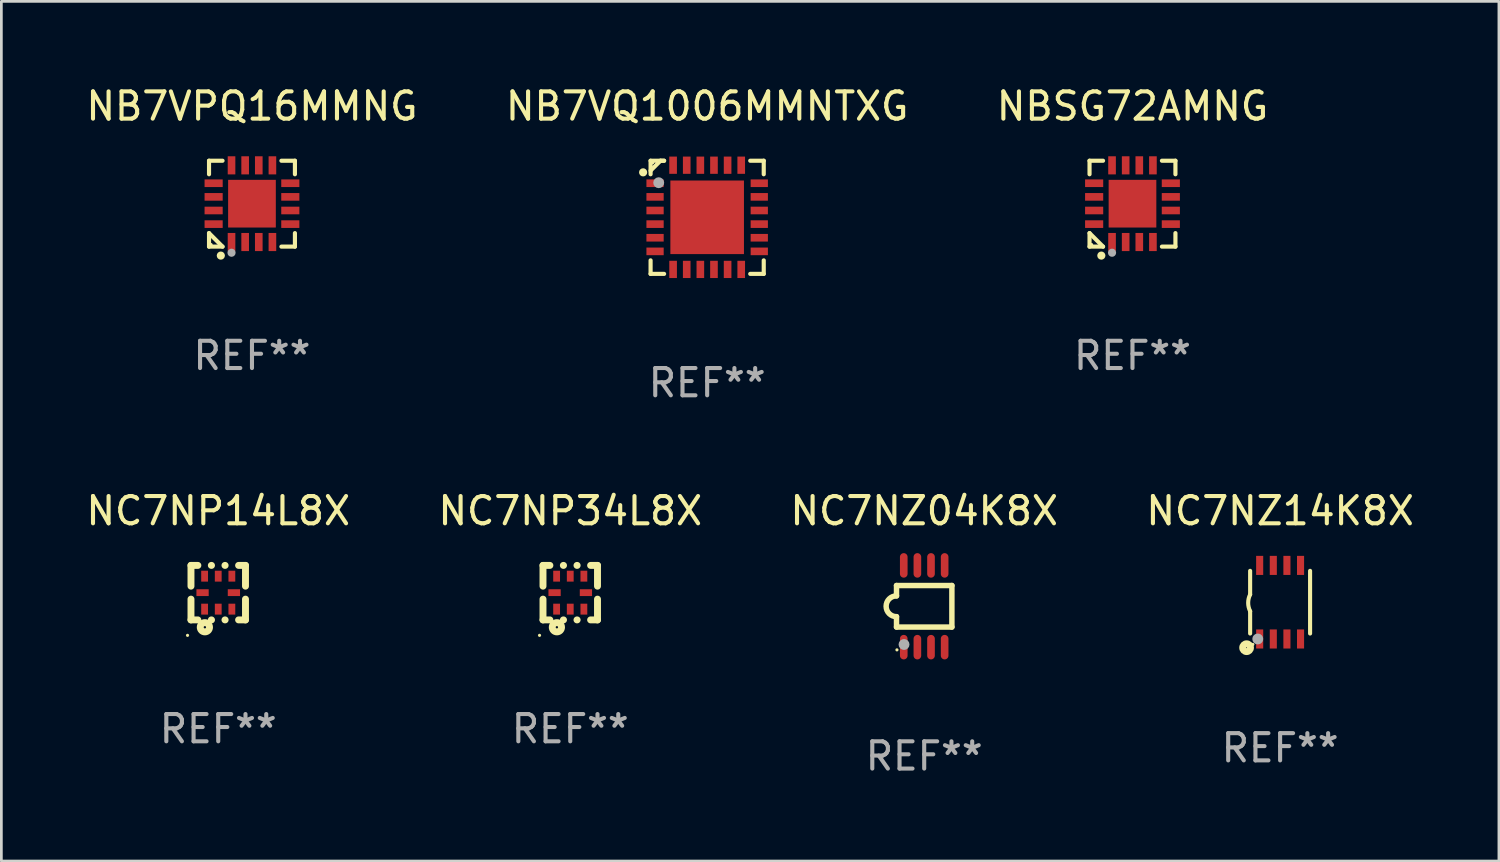
<source format=kicad_pcb>
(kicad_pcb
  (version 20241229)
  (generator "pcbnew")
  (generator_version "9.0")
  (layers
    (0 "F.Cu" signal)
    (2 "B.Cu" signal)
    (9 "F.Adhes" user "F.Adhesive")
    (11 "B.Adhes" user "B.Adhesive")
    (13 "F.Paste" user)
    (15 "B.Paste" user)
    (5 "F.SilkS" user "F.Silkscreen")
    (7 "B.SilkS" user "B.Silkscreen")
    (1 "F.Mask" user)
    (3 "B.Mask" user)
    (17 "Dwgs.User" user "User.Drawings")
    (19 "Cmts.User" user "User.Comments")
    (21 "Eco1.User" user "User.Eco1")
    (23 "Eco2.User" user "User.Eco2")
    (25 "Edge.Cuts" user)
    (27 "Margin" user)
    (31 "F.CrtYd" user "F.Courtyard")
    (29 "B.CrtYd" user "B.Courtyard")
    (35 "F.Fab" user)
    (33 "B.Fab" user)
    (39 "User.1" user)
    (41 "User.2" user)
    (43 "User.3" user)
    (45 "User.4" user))
  (footprint "NC7NP34L8X"
    (layer "F.Cu")
    (at 17.875 18.697)
    (property "Reference" "NC7NP34L8X" (at 0 -3 0) (layer "F.SilkS") (effects (font (size 1 1) (thickness 0.15))))
    (attr through_hole)
    (fp_line (start -1 -1) (end -0.747 -1) (stroke (width 0.254) (type solid)) (layer "F.SilkS"))
    (fp_line (start -1 -0.238) (end -1 -1) (stroke (width 0.254) (type solid)) (layer "F.SilkS"))
    (fp_line (start -1 1) (end -1 0.238) (stroke (width 0.254) (type solid)) (layer "F.SilkS"))
    (fp_line (start -0.747 1) (end -1 1) (stroke (width 0.254) (type solid)) (layer "F.SilkS"))
    (fp_line (start -0.253 -1) (end -0.247 -1) (stroke (width 0.254) (type solid)) (layer "F.SilkS"))
    (fp_line (start -0.247 1) (end -0.253 1) (stroke (width 0.254) (type solid)) (layer "F.SilkS"))
    (fp_line (start 0.247 -1) (end 0.253 -1) (stroke (width 0.254) (type solid)) (layer "F.SilkS"))
    (fp_line (start 0.253 1) (end 0.247 1) (stroke (width 0.254) (type solid)) (layer "F.SilkS"))
    (fp_line (start 0.747 -1) (end 1 -1) (stroke (width 0.254) (type solid)) (layer "F.SilkS"))
    (fp_line (start 1 -1) (end 1 -0.238) (stroke (width 0.254) (type solid)) (layer "F.SilkS"))
    (fp_line (start 1 0.238) (end 1 1) (stroke (width 0.254) (type solid)) (layer "F.SilkS"))
    (fp_line (start 1 1) (end 0.747 1) (stroke (width 0.254) (type solid)) (layer "F.SilkS"))
    (fp_circle (center -1.127 1.567) (end -1.097 1.567) (stroke (width 0.06) (type solid)) (fill no) (layer "F.SilkS"))
    (fp_circle (center -0.49 1.27) (end -0.32 1.27) (stroke (width 0.254) (type solid)) (fill no) (layer "F.SilkS"))
    (fp_text user "REF**" (at 0 5 0) (layer "F.Fab") (effects (font (size 1 1) (thickness 0.15))))
    (pad "1" smd rect (at -0.5 0.605 90) (size 0.4 0.25) (layers "F.Cu" "F.Mask" "F.Paste"))
    (pad "2" smd rect (at 0 0.605 90) (size 0.4 0.25) (layers "F.Cu" "F.Mask" "F.Paste"))
    (pad "3" smd rect (at 0.5 0.605 90) (size 0.4 0.25) (layers "F.Cu" "F.Mask" "F.Paste"))
    (pad "4" smd rect (at 0.575 0 180) (size 0.45 0.25) (layers "F.Cu" "F.Mask" "F.Paste"))
    (pad "5" smd rect (at 0.5 -0.605 270) (size 0.4 0.25) (layers "F.Cu" "F.Mask" "F.Paste"))
    (pad "6" smd rect (at 0 -0.605 270) (size 0.4 0.25) (layers "F.Cu" "F.Mask" "F.Paste"))
    (pad "7" smd rect (at -0.5 -0.605 270) (size 0.4 0.25) (layers "F.Cu" "F.Mask" "F.Paste"))
    (pad "8" smd rect (at -0.575 0) (size 0.45 0.25) (layers "F.Cu" "F.Mask" "F.Paste")))
  (footprint "NC7NP14L8X"
    (layer "F.Cu")
    (at 4.958 18.697)
    (property "Reference" "NC7NP14L8X" (at 0 -3 0) (layer "F.SilkS") (effects (font (size 1 1) (thickness 0.15))))
    (attr through_hole)
    (fp_line (start -1 -1) (end -0.747 -1) (stroke (width 0.254) (type solid)) (layer "F.SilkS"))
    (fp_line (start -1 -0.238) (end -1 -1) (stroke (width 0.254) (type solid)) (layer "F.SilkS"))
    (fp_line (start -1 1) (end -1 0.238) (stroke (width 0.254) (type solid)) (layer "F.SilkS"))
    (fp_line (start -0.747 1) (end -1 1) (stroke (width 0.254) (type solid)) (layer "F.SilkS"))
    (fp_line (start -0.253 -1) (end -0.247 -1) (stroke (width 0.254) (type solid)) (layer "F.SilkS"))
    (fp_line (start -0.247 1) (end -0.253 1) (stroke (width 0.254) (type solid)) (layer "F.SilkS"))
    (fp_line (start 0.247 -1) (end 0.253 -1) (stroke (width 0.254) (type solid)) (layer "F.SilkS"))
    (fp_line (start 0.253 1) (end 0.247 1) (stroke (width 0.254) (type solid)) (layer "F.SilkS"))
    (fp_line (start 0.747 -1) (end 1 -1) (stroke (width 0.254) (type solid)) (layer "F.SilkS"))
    (fp_line (start 1 -1) (end 1 -0.238) (stroke (width 0.254) (type solid)) (layer "F.SilkS"))
    (fp_line (start 1 0.238) (end 1 1) (stroke (width 0.254) (type solid)) (layer "F.SilkS"))
    (fp_line (start 1 1) (end 0.747 1) (stroke (width 0.254) (type solid)) (layer "F.SilkS"))
    (fp_circle (center -1.127 1.567) (end -1.097 1.567) (stroke (width 0.06) (type solid)) (fill no) (layer "F.SilkS"))
    (fp_circle (center -0.49 1.27) (end -0.32 1.27) (stroke (width 0.254) (type solid)) (fill no) (layer "F.SilkS"))
    (fp_text user "REF**" (at 0 5 0) (layer "F.Fab") (effects (font (size 1 1) (thickness 0.15))))
    (pad "1" smd rect (at -0.5 0.605 90) (size 0.4 0.25) (layers "F.Cu" "F.Mask" "F.Paste"))
    (pad "2" smd rect (at 0 0.605 90) (size 0.4 0.25) (layers "F.Cu" "F.Mask" "F.Paste"))
    (pad "3" smd rect (at 0.5 0.605 90) (size 0.4 0.25) (layers "F.Cu" "F.Mask" "F.Paste"))
    (pad "4" smd rect (at 0.575 0 180) (size 0.45 0.25) (layers "F.Cu" "F.Mask" "F.Paste"))
    (pad "5" smd rect (at 0.5 -0.605 270) (size 0.4 0.25) (layers "F.Cu" "F.Mask" "F.Paste"))
    (pad "6" smd rect (at 0 -0.605 270) (size 0.4 0.25) (layers "F.Cu" "F.Mask" "F.Paste"))
    (pad "7" smd rect (at -0.5 -0.605 270) (size 0.4 0.25) (layers "F.Cu" "F.Mask" "F.Paste"))
    (pad "8" smd rect (at -0.575 0) (size 0.45 0.25) (layers "F.Cu" "F.Mask" "F.Paste")))
  (footprint "NBSG72AMNG"
    (layer "F.Cu")
    (at 38.506 4.424)
    (property "Reference" "NBSG72AMNG" (at 0 -3.576 0) (layer "F.SilkS") (effects (font (size 1 1) (thickness 0.15))))
    (attr through_hole)
    (fp_line (start -1.576 -1.576) (end -1.08 -1.576) (stroke (width 0.152) (type solid)) (layer "F.SilkS"))
    (fp_line (start -1.576 -1.08) (end -1.576 -1.576) (stroke (width 0.152) (type solid)) (layer "F.SilkS"))
    (fp_line (start -1.576 1.08) (end -1.576 1.576) (stroke (width 0.152) (type solid)) (layer "F.SilkS"))
    (fp_line (start -1.576 1.576) (end -1.08 1.576) (stroke (width 0.152) (type solid)) (layer "F.SilkS"))
    (fp_line (start -1.08 1.576) (end -1.576 1.08) (stroke (width 0.152) (type solid)) (layer "F.SilkS"))
    (fp_line (start 1.576 -1.576) (end 1.08 -1.576) (stroke (width 0.152) (type solid)) (layer "F.SilkS"))
    (fp_line (start 1.576 -1.08) (end 1.576 -1.576) (stroke (width 0.152) (type solid)) (layer "F.SilkS"))
    (fp_line (start 1.576 1.08) (end 1.576 1.576) (stroke (width 0.152) (type solid)) (layer "F.SilkS"))
    (fp_line (start 1.576 1.576) (end 1.08 1.576) (stroke (width 0.152) (type solid)) (layer "F.SilkS"))
    (fp_circle (center -1.5 1.5) (end -1.47 1.5) (stroke (width 0.06) (type solid)) (fill no) (layer "F.SilkS"))
    (fp_circle (center -1.143 1.905) (end -1.068 1.905) (stroke (width 0.15) (type solid)) (fill no) (layer "F.SilkS"))
    (fp_circle (center -0.75 1.8) (end -0.675 1.8) (stroke (width 0.15) (type solid)) (fill no) (layer "F.Fab"))
    (fp_text user "REF**" (at 0 5.576 0) (layer "F.Fab") (effects (font (size 1 1) (thickness 0.15))))
    (pad "1" smd rect (at -0.75 1.407) (size 0.28 0.665) (layers "F.Cu" "F.Mask" "F.Paste"))
    (pad "2" smd rect (at -0.25 1.407) (size 0.28 0.665) (layers "F.Cu" "F.Mask" "F.Paste"))
    (pad "3" smd rect (at 0.25 1.407) (size 0.28 0.665) (layers "F.Cu" "F.Mask" "F.Paste"))
    (pad "4" smd rect (at 0.75 1.407) (size 0.28 0.665) (layers "F.Cu" "F.Mask" "F.Paste"))
    (pad "5" smd rect (at 1.407 0.75) (size 0.665 0.28) (layers "F.Cu" "F.Mask" "F.Paste"))
    (pad "6" smd rect (at 1.407 0.25) (size 0.665 0.28) (layers "F.Cu" "F.Mask" "F.Paste"))
    (pad "7" smd rect (at 1.407 -0.25) (size 0.665 0.28) (layers "F.Cu" "F.Mask" "F.Paste"))
    (pad "8" smd rect (at 1.407 -0.75) (size 0.665 0.28) (layers "F.Cu" "F.Mask" "F.Paste"))
    (pad "9" smd rect (at 0.75 -1.407) (size 0.28 0.665) (layers "F.Cu" "F.Mask" "F.Paste"))
    (pad "10" smd rect (at 0.25 -1.407) (size 0.28 0.665) (layers "F.Cu" "F.Mask" "F.Paste"))
    (pad "11" smd rect (at -0.25 -1.407) (size 0.28 0.665) (layers "F.Cu" "F.Mask" "F.Paste"))
    (pad "12" smd rect (at -0.75 -1.407) (size 0.28 0.665) (layers "F.Cu" "F.Mask" "F.Paste"))
    (pad "13" smd rect (at -1.407 -0.75) (size 0.665 0.28) (layers "F.Cu" "F.Mask" "F.Paste"))
    (pad "14" smd rect (at -1.407 -0.25) (size 0.665 0.28) (layers "F.Cu" "F.Mask" "F.Paste"))
    (pad "15" smd rect (at -1.407 0.25) (size 0.665 0.28) (layers "F.Cu" "F.Mask" "F.Paste"))
    (pad "16" smd rect (at -1.407 0.75) (size 0.665 0.28) (layers "F.Cu" "F.Mask" "F.Paste"))
    (pad "17" smd rect (at 0 0) (size 1.75 1.75) (layers "F.Cu" "F.Mask" "F.Paste")))
  (footprint "NB7VQ1006MMNTXG"
    (layer "F.Cu")
    (at 22.899 4.924)
    (property "Reference" "NB7VQ1006MMNTXG" (at 0 -4.076 0) (layer "F.SilkS") (effects (font (size 1 1) (thickness 0.15))))
    (attr through_hole)
    (fp_line (start -2.076 -2.076) (end -2.076 -1.58) (stroke (width 0.152) (type solid)) (layer "F.SilkS"))
    (fp_line (start -2.076 2.076) (end -2.076 1.58) (stroke (width 0.152) (type solid)) (layer "F.SilkS"))
    (fp_line (start -1.713 -2.076) (end -2.076 -1.713) (stroke (width 0.152) (type solid)) (layer "F.SilkS"))
    (fp_line (start -1.58 -2.076) (end -2.076 -2.076) (stroke (width 0.152) (type solid)) (layer "F.SilkS"))
    (fp_line (start -1.58 -2.076) (end -1.713 -2.076) (stroke (width 0.152) (type solid)) (layer "F.SilkS"))
    (fp_line (start -1.58 2.076) (end -2.076 2.076) (stroke (width 0.152) (type solid)) (layer "F.SilkS"))
    (fp_line (start 1.58 -2.076) (end 2.076 -2.076) (stroke (width 0.152) (type solid)) (layer "F.SilkS"))
    (fp_line (start 1.58 2.076) (end 2.076 2.076) (stroke (width 0.152) (type solid)) (layer "F.SilkS"))
    (fp_line (start 2.076 -2.076) (end 2.076 -1.58) (stroke (width 0.152) (type solid)) (layer "F.SilkS"))
    (fp_line (start 2.076 2.076) (end 2.076 1.58) (stroke (width 0.152) (type solid)) (layer "F.SilkS"))
    (fp_circle (center -2.35 -1.65) (end -2.275 -1.65) (stroke (width 0.15) (type solid)) (fill no) (layer "F.SilkS"))
    (fp_circle (center -2 -2) (end -1.97 -2) (stroke (width 0.06) (type solid)) (fill no) (layer "F.SilkS"))
    (fp_circle (center -1.778 -1.27) (end -1.678 -1.27) (stroke (width 0.2) (type solid)) (fill no) (layer "F.Fab"))
    (fp_text user "REF**" (at 0 6.076 0) (layer "F.Fab") (effects (font (size 1 1) (thickness 0.15))))
    (pad "1" smd rect (at -1.912 -1.25) (size 0.633 0.28) (layers "F.Cu" "F.Mask" "F.Paste"))
    (pad "2" smd rect (at -1.912 -0.75) (size 0.633 0.28) (layers "F.Cu" "F.Mask" "F.Paste"))
    (pad "3" smd rect (at -1.912 -0.25) (size 0.633 0.28) (layers "F.Cu" "F.Mask" "F.Paste"))
    (pad "4" smd rect (at -1.912 0.25) (size 0.633 0.28) (layers "F.Cu" "F.Mask" "F.Paste"))
    (pad "5" smd rect (at -1.912 0.75) (size 0.633 0.28) (layers "F.Cu" "F.Mask" "F.Paste"))
    (pad "6" smd rect (at -1.912 1.25) (size 0.633 0.28) (layers "F.Cu" "F.Mask" "F.Paste"))
    (pad "7" smd rect (at -1.25 1.912) (size 0.28 0.633) (layers "F.Cu" "F.Mask" "F.Paste"))
    (pad "8" smd rect (at -0.75 1.912) (size 0.28 0.633) (layers "F.Cu" "F.Mask" "F.Paste"))
    (pad "9" smd rect (at -0.25 1.912) (size 0.28 0.633) (layers "F.Cu" "F.Mask" "F.Paste"))
    (pad "10" smd rect (at 0.25 1.912) (size 0.28 0.633) (layers "F.Cu" "F.Mask" "F.Paste"))
    (pad "11" smd rect (at 0.75 1.912) (size 0.28 0.633) (layers "F.Cu" "F.Mask" "F.Paste"))
    (pad "12" smd rect (at 1.25 1.912) (size 0.28 0.633) (layers "F.Cu" "F.Mask" "F.Paste"))
    (pad "13" smd rect (at 1.912 1.25) (size 0.633 0.28) (layers "F.Cu" "F.Mask" "F.Paste"))
    (pad "14" smd rect (at 1.912 0.75) (size 0.633 0.28) (layers "F.Cu" "F.Mask" "F.Paste"))
    (pad "15" smd rect (at 1.912 0.25) (size 0.633 0.28) (layers "F.Cu" "F.Mask" "F.Paste"))
    (pad "16" smd rect (at 1.912 -0.25) (size 0.633 0.28) (layers "F.Cu" "F.Mask" "F.Paste"))
    (pad "17" smd rect (at 1.912 -0.75) (size 0.633 0.28) (layers "F.Cu" "F.Mask" "F.Paste"))
    (pad "18" smd rect (at 1.912 -1.25) (size 0.633 0.28) (layers "F.Cu" "F.Mask" "F.Paste"))
    (pad "19" smd rect (at 1.25 -1.912) (size 0.28 0.633) (layers "F.Cu" "F.Mask" "F.Paste"))
    (pad "20" smd rect (at 0.75 -1.912) (size 0.28 0.633) (layers "F.Cu" "F.Mask" "F.Paste"))
    (pad "21" smd rect (at 0.25 -1.912) (size 0.28 0.633) (layers "F.Cu" "F.Mask" "F.Paste"))
    (pad "22" smd rect (at -0.25 -1.912) (size 0.28 0.633) (layers "F.Cu" "F.Mask" "F.Paste"))
    (pad "23" smd rect (at -0.75 -1.912) (size 0.28 0.633) (layers "F.Cu" "F.Mask" "F.Paste"))
    (pad "24" smd rect (at -1.25 -1.912) (size 0.28 0.633) (layers "F.Cu" "F.Mask" "F.Paste"))
    (pad "25" smd rect (at 0 0) (size 2.7 2.7) (layers "F.Cu" "F.Mask" "F.Paste")))
  (footprint "NC7NZ04K8X"
    (layer "F.Cu")
    (at 30.863 19.197)
    (property "Reference" "NC7NZ04K8X" (at 0 -3.5 0) (layer "F.SilkS") (effects (font (size 1 1) (thickness 0.15))))
    (attr through_hole)
    (fp_line (start -1.016 -0.762) (end 1.016 -0.762) (stroke (width 0.2) (type solid)) (layer "F.SilkS"))
    (fp_line (start -1.016 -0.381) (end -1.016 -0.762) (stroke (width 0.2) (type solid)) (layer "F.SilkS"))
    (fp_line (start -1.016 0.762) (end -1.016 0.381) (stroke (width 0.2) (type solid)) (layer "F.SilkS"))
    (fp_line (start 1.016 -0.762) (end 1.016 0.762) (stroke (width 0.2) (type solid)) (layer "F.SilkS"))
    (fp_line (start 1.016 0.762) (end -1.016 0.762) (stroke (width 0.2) (type solid)) (layer "F.SilkS"))
    (fp_arc (start -1.016002 0.381001) (mid -1.396698 -0.000025) (end -1.016002 -0.381051) (stroke (width 0.2) (type solid)) (layer "F.SilkS"))
    (fp_circle (center -1 1.6) (end -0.97 1.6) (stroke (width 0.06) (type solid)) (fill no) (layer "F.SilkS"))
    (fp_circle (center -0.74 1.402) (end -0.64 1.402) (stroke (width 0.2) (type solid)) (fill no) (layer "F.Fab"))
    (fp_text user "REF**" (at 0 5.5 0) (layer "F.Fab") (effects (font (size 1 1) (thickness 0.15))))
    (pad "1" smd oval (at -0.75 1.5) (size 0.28 0.9) (layers "F.Cu" "F.Mask" "F.Paste"))
    (pad "2" smd oval (at -0.25 1.5) (size 0.28 0.9) (layers "F.Cu" "F.Mask" "F.Paste"))
    (pad "3" smd oval (at 0.25 1.5) (size 0.28 0.9) (layers "F.Cu" "F.Mask" "F.Paste"))
    (pad "4" smd oval (at 0.75 1.5) (size 0.28 0.9) (layers "F.Cu" "F.Mask" "F.Paste"))
    (pad "5" smd oval (at 0.75 -1.5) (size 0.28 0.9) (layers "F.Cu" "F.Mask" "F.Paste"))
    (pad "6" smd oval (at 0.25 -1.5) (size 0.28 0.9) (layers "F.Cu" "F.Mask" "F.Paste"))
    (pad "7" smd oval (at -0.25 -1.5) (size 0.28 0.9) (layers "F.Cu" "F.Mask" "F.Paste"))
    (pad "8" smd oval (at -0.75 -1.5) (size 0.28 0.9) (layers "F.Cu" "F.Mask" "F.Paste")))
  (footprint "NB7VPQ16MMNG"
    (layer "F.Cu")
    (at 6.196 4.424)
    (property "Reference" "NB7VPQ16MMNG" (at 0 -3.576 0) (layer "F.SilkS") (effects (font (size 1 1) (thickness 0.15))))
    (attr through_hole)
    (fp_line (start -1.576 -1.576) (end -1.08 -1.576) (stroke (width 0.152) (type solid)) (layer "F.SilkS"))
    (fp_line (start -1.576 -1.08) (end -1.576 -1.576) (stroke (width 0.152) (type solid)) (layer "F.SilkS"))
    (fp_line (start -1.576 1.08) (end -1.576 1.576) (stroke (width 0.152) (type solid)) (layer "F.SilkS"))
    (fp_line (start -1.576 1.576) (end -1.08 1.576) (stroke (width 0.152) (type solid)) (layer "F.SilkS"))
    (fp_line (start -1.08 1.576) (end -1.576 1.08) (stroke (width 0.152) (type solid)) (layer "F.SilkS"))
    (fp_line (start 1.576 -1.576) (end 1.08 -1.576) (stroke (width 0.152) (type solid)) (layer "F.SilkS"))
    (fp_line (start 1.576 -1.08) (end 1.576 -1.576) (stroke (width 0.152) (type solid)) (layer "F.SilkS"))
    (fp_line (start 1.576 1.08) (end 1.576 1.576) (stroke (width 0.152) (type solid)) (layer "F.SilkS"))
    (fp_line (start 1.576 1.576) (end 1.08 1.576) (stroke (width 0.152) (type solid)) (layer "F.SilkS"))
    (fp_circle (center -1.5 1.5) (end -1.47 1.5) (stroke (width 0.06) (type solid)) (fill no) (layer "F.SilkS"))
    (fp_circle (center -1.143 1.905) (end -1.068 1.905) (stroke (width 0.15) (type solid)) (fill no) (layer "F.SilkS"))
    (fp_circle (center -0.75 1.8) (end -0.675 1.8) (stroke (width 0.15) (type solid)) (fill no) (layer "F.Fab"))
    (fp_text user "REF**" (at 0 5.576 0) (layer "F.Fab") (effects (font (size 1 1) (thickness 0.15))))
    (pad "1" smd rect (at -0.75 1.407) (size 0.28 0.665) (layers "F.Cu" "F.Mask" "F.Paste"))
    (pad "2" smd rect (at -0.25 1.407) (size 0.28 0.665) (layers "F.Cu" "F.Mask" "F.Paste"))
    (pad "3" smd rect (at 0.25 1.407) (size 0.28 0.665) (layers "F.Cu" "F.Mask" "F.Paste"))
    (pad "4" smd rect (at 0.75 1.407) (size 0.28 0.665) (layers "F.Cu" "F.Mask" "F.Paste"))
    (pad "5" smd rect (at 1.407 0.75) (size 0.665 0.28) (layers "F.Cu" "F.Mask" "F.Paste"))
    (pad "6" smd rect (at 1.407 0.25) (size 0.665 0.28) (layers "F.Cu" "F.Mask" "F.Paste"))
    (pad "7" smd rect (at 1.407 -0.25) (size 0.665 0.28) (layers "F.Cu" "F.Mask" "F.Paste"))
    (pad "8" smd rect (at 1.407 -0.75) (size 0.665 0.28) (layers "F.Cu" "F.Mask" "F.Paste"))
    (pad "9" smd rect (at 0.75 -1.407) (size 0.28 0.665) (layers "F.Cu" "F.Mask" "F.Paste"))
    (pad "10" smd rect (at 0.25 -1.407) (size 0.28 0.665) (layers "F.Cu" "F.Mask" "F.Paste"))
    (pad "11" smd rect (at -0.25 -1.407) (size 0.28 0.665) (layers "F.Cu" "F.Mask" "F.Paste"))
    (pad "12" smd rect (at -0.75 -1.407) (size 0.28 0.665) (layers "F.Cu" "F.Mask" "F.Paste"))
    (pad "13" smd rect (at -1.407 -0.75) (size 0.665 0.28) (layers "F.Cu" "F.Mask" "F.Paste"))
    (pad "14" smd rect (at -1.407 -0.25) (size 0.665 0.28) (layers "F.Cu" "F.Mask" "F.Paste"))
    (pad "15" smd rect (at -1.407 0.25) (size 0.665 0.28) (layers "F.Cu" "F.Mask" "F.Paste"))
    (pad "16" smd rect (at -1.407 0.75) (size 0.665 0.28) (layers "F.Cu" "F.Mask" "F.Paste"))
    (pad "17" smd rect (at 0 0) (size 1.75 1.75) (layers "F.Cu" "F.Mask" "F.Paste")))
  (footprint "NC7NZ14K8X"
    (layer "F.Cu")
    (at 43.923 19.047)
    (property "Reference" "NC7NZ14K8X" (at 0 -3.35 0) (layer "F.SilkS") (effects (font (size 1 1) (thickness 0.15))))
    (attr through_hole)
    (fp_line (start -1.1 -1.15) (end -1.1 -0.282) (stroke (width 0.15) (type solid)) (layer "F.SilkS"))
    (fp_line (start -1.1 1.15) (end -1.1 0.332) (stroke (width 0.15) (type solid)) (layer "F.SilkS"))
    (fp_line (start 1.1 -1.15) (end 1.1 1.15) (stroke (width 0.15) (type solid)) (layer "F.SilkS"))
    (fp_arc (start -1.098883 0.33274) (mid -1.171878 0.025277) (end -1.1 -0.282449) (stroke (width 0.150013) (type solid)) (layer "F.SilkS"))
    (fp_circle (center -1.23 1.67) (end -1.087 1.67) (stroke (width 0.254) (type solid)) (fill no) (layer "F.SilkS"))
    (fp_circle (center -1 1.55) (end -0.97 1.55) (stroke (width 0.06) (type solid)) (fill no) (layer "F.SilkS"))
    (fp_circle (center -0.82 1.35) (end -0.72 1.35) (stroke (width 0.2) (type solid)) (fill no) (layer "F.Fab"))
    (fp_text user "REF**" (at 0 5.35 0) (layer "F.Fab") (effects (font (size 1 1) (thickness 0.15))))
    (pad "1" smd rect (at -0.75 1.35) (size 0.26 0.7) (layers "F.Cu" "F.Mask" "F.Paste"))
    (pad "2" smd rect (at -0.25 1.35) (size 0.26 0.7) (layers "F.Cu" "F.Mask" "F.Paste"))
    (pad "3" smd rect (at 0.25 1.35) (size 0.26 0.7) (layers "F.Cu" "F.Mask" "F.Paste"))
    (pad "4" smd rect (at 0.75 1.35) (size 0.26 0.7) (layers "F.Cu" "F.Mask" "F.Paste"))
    (pad "5" smd rect (at 0.75 -1.35) (size 0.26 0.7) (layers "F.Cu" "F.Mask" "F.Paste"))
    (pad "6" smd rect (at 0.25 -1.35) (size 0.26 0.7) (layers "F.Cu" "F.Mask" "F.Paste"))
    (pad "7" smd rect (at -0.25 -1.35) (size 0.26 0.7) (layers "F.Cu" "F.Mask" "F.Paste"))
    (pad "8" smd rect (at -0.75 -1.35) (size 0.26 0.7) (layers "F.Cu" "F.Mask" "F.Paste")))
  (gr_rect
    (start -3 -3)
    (end 51.952 28.545)
    (stroke (width 0.1) (type default))
    (fill no)
    (layer "Edge.Cuts")))
</source>
